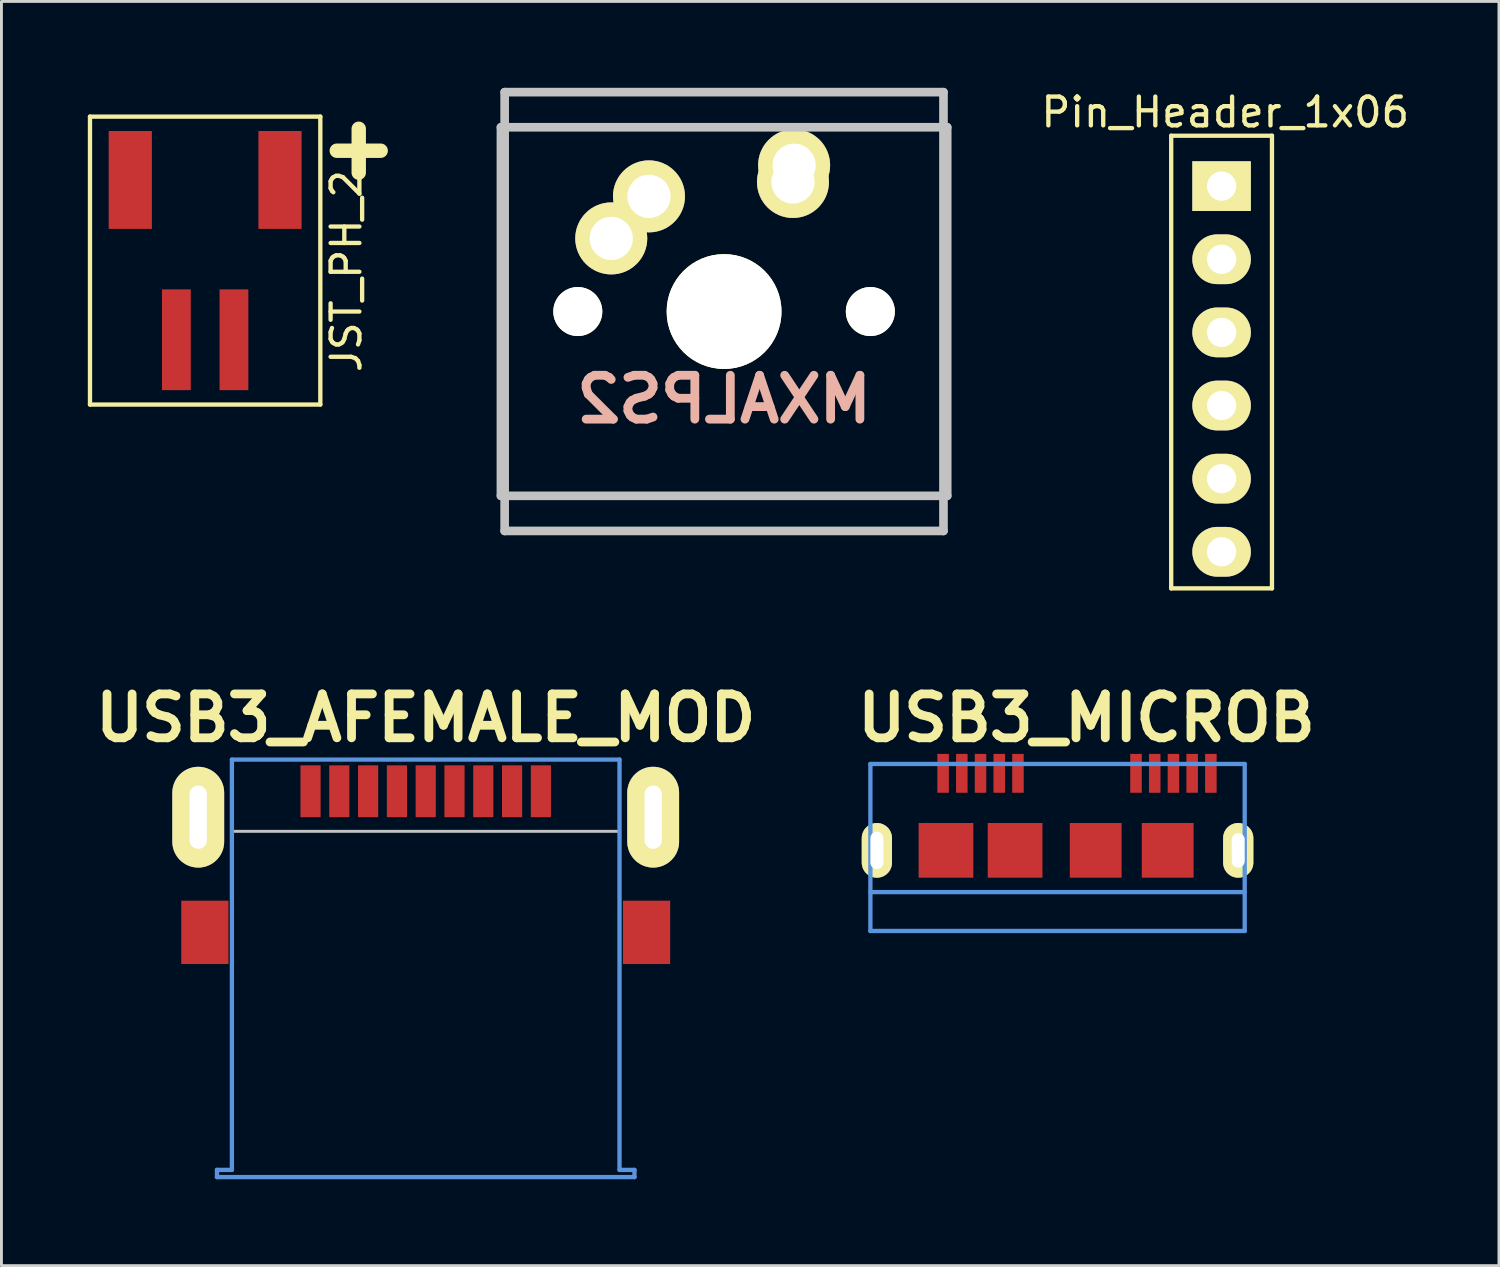
<source format=kicad_pcb>
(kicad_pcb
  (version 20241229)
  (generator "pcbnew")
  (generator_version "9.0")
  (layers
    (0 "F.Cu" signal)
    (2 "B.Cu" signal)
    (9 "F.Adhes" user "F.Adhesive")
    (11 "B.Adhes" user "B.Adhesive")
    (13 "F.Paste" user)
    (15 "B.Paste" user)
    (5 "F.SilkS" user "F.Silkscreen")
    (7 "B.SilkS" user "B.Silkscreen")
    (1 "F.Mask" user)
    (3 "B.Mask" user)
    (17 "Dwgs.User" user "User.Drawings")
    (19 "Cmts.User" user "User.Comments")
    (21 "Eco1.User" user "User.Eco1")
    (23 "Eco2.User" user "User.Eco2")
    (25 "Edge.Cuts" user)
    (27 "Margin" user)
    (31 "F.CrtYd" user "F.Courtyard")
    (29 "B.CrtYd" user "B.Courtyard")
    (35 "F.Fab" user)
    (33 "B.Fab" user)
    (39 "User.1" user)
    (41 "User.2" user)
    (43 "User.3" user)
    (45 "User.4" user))
  (footprint "JST_PH_2"
    (layer "F.Cu")
    (at 4.075 7)
    (property "Reference" "JST_PH_2" (at 4.902 -0.635 90) (layer "F.SilkS") (effects (font (size 1 1) (thickness 0.15))))
    (attr through_hole)
    (fp_line (start -4 -6) (end 4 -6) (stroke (width 0.15) (type solid)) (layer "F.SilkS"))
    (fp_line (start -4 4) (end -4 -6) (stroke (width 0.15) (type solid)) (layer "F.SilkS"))
    (fp_line (start 4 -6) (end 4 4) (stroke (width 0.15) (type solid)) (layer "F.SilkS"))
    (fp_line (start 4 4) (end -4 4) (stroke (width 0.15) (type solid)) (layer "F.SilkS"))
    (fp_text user "+" (at 5.334 -4.953 0) (layer "F.SilkS") (effects (font (size 2 2) (thickness 0.5))))
    (pad "1" smd rect (at -1 1.75) (size 1 3.5) (layers "F.Cu" "F.Mask" "F.Paste"))
    (pad "2" smd rect (at 1 1.75) (size 1 3.5) (layers "F.Cu" "F.Mask" "F.Paste"))
    (pad "~" smd rect (at -2.6 -3.8) (size 1.5 3.4) (layers "F.Cu" "F.Mask" "F.Paste"))
    (pad "~" smd rect (at 2.6 -3.8) (size 1.5 3.4) (layers "F.Cu" "F.Mask" "F.Paste")))
  (footprint "USB3_MICROB"
    (layer "F.Cu")
    (at 34.354 26.483)
    (property "Reference" "USB3_MICROB" (at 0.33 -4.597 0) (layer "F.SilkS") (effects (font (size 1.524 1.524) (thickness 0.305))))
    (attr smd)
    (fp_line (start -7.175 1.45) (end 5.825 1.45) (stroke (width 0.15) (type solid)) (layer "Cmts.User"))
    (fp_line (start -7.175 2.8) (end -7.175 -3) (stroke (width 0.15) (type solid)) (layer "Cmts.User"))
    (fp_line (start -7.175 2.8) (end 5.825 2.8) (stroke (width 0.15) (type solid)) (layer "Cmts.User"))
    (fp_line (start 5.825 -3) (end -7.175 -3) (stroke (width 0.15) (type solid)) (layer "Cmts.User"))
    (fp_line (start 5.825 -3) (end 5.825 2.8) (stroke (width 0.15) (type solid)) (layer "Cmts.User"))
    (pad "1" smd rect (at -4.65 -2.675) (size 0.4 1.35) (layers "F.Cu" "F.Mask" "F.Paste"))
    (pad "2" smd rect (at -4 -2.675) (size 0.4 1.35) (layers "F.Cu" "F.Mask" "F.Paste"))
    (pad "3" smd rect (at -3.35 -2.675) (size 0.4 1.35) (layers "F.Cu" "F.Mask" "F.Paste"))
    (pad "4" smd rect (at -2.7 -2.675) (size 0.4 1.35) (layers "F.Cu" "F.Mask" "F.Paste"))
    (pad "5" smd rect (at -2.05 -2.675) (size 0.4 1.35) (layers "F.Cu" "F.Mask" "F.Paste"))
    (pad "6" smd rect (at 2.05 -2.675) (size 0.4 1.35) (layers "F.Cu" "F.Mask" "F.Paste"))
    (pad "7" smd rect (at 2.7 -2.675) (size 0.4 1.35) (layers "F.Cu" "F.Mask" "F.Paste"))
    (pad "8" smd rect (at 3.35 -2.675) (size 0.4 1.35) (layers "F.Cu" "F.Mask" "F.Paste"))
    (pad "9" smd rect (at 4 -2.675) (size 0.4 1.35) (layers "F.Cu" "F.Mask" "F.Paste"))
    (pad "10" smd rect (at 4.65 -2.675) (size 0.4 1.35) (layers "F.Cu" "F.Mask" "F.Paste"))
    (pad "11" thru_hole oval (at -6.95 0) (size 1.05 1.9) (drill oval 0.45 1.3) (layers "*.Cu" "*.Mask" "F.SilkS" "F.Paste"))
    (pad "11" smd rect (at -4.55 0) (size 1.9 1.9) (layers "F.Cu" "F.Mask" "F.Paste"))
    (pad "11" smd rect (at -2.15 0) (size 1.9 1.9) (layers "F.Cu" "F.Mask" "F.Paste"))
    (pad "11" smd rect (at 0.65 0) (size 1.8 1.9) (layers "F.Cu" "F.Mask" "F.Paste"))
    (pad "11" smd rect (at 3.15 0) (size 1.8 1.9) (layers "F.Cu" "F.Mask" "F.Paste"))
    (pad "11" thru_hole oval (at 5.6 0) (size 1.05 1.9) (drill oval 0.45 1.2) (layers "*.Cu" "*.Mask" "F.SilkS" "F.Paste")))
  (footprint "USB3_AFEMALE_MOD"
    (layer "F.Cu")
    (at 11.735 34.331)
    (property "Reference" "USB3_AFEMALE_MOD" (at 0 -12.446 0) (layer "F.SilkS") (effects (font (size 1.524 1.524) (thickness 0.305))))
    (attr smd)
    (fp_line (start -6.731 -8.509) (end -6.731 0) (stroke (width 0.102) (type solid)) (layer "Dwgs.User"))
    (fp_line (start 6.731 -8.509) (end -6.731 -8.509) (stroke (width 0.102) (type solid)) (layer "Dwgs.User"))
    (fp_line (start 6.731 0) (end 6.731 -8.509) (stroke (width 0.102) (type solid)) (layer "Dwgs.User"))
    (fp_line (start -7.25 3.5) (end -7.25 3.25) (stroke (width 0.15) (type solid)) (layer "Cmts.User"))
    (fp_line (start -7.25 3.5) (end 7.25 3.5) (stroke (width 0.15) (type solid)) (layer "Cmts.User"))
    (fp_line (start -6.731 -11) (end -6.731 3.25) (stroke (width 0.15) (type solid)) (layer "Cmts.User"))
    (fp_line (start -6.731 -11) (end 6.731 -11) (stroke (width 0.15) (type solid)) (layer "Cmts.User"))
    (fp_line (start -6.731 3.25) (end -7.25 3.25) (stroke (width 0.15) (type solid)) (layer "Cmts.User"))
    (fp_line (start 6.731 -11) (end 6.731 3.25) (stroke (width 0.15) (type solid)) (layer "Cmts.User"))
    (fp_line (start 6.731 3.25) (end 7.25 3.25) (stroke (width 0.15) (type solid)) (layer "Cmts.User"))
    (fp_line (start 7.25 3.25) (end 7.25 3.5) (stroke (width 0.15) (type solid)) (layer "Cmts.User"))
    (pad "1" smd rect (at -3 -9.9) (size 0.7 1.8) (layers "F.Cu" "F.Mask" "F.Paste"))
    (pad "2" smd rect (at -1 -9.9) (size 0.7 1.8) (layers "F.Cu" "F.Mask" "F.Paste"))
    (pad "3" smd rect (at 1 -9.9) (size 0.7 1.8) (layers "F.Cu" "F.Mask" "F.Paste"))
    (pad "4" smd rect (at 3 -9.9) (size 0.7 1.8) (layers "F.Cu" "F.Mask" "F.Paste"))
    (pad "5" smd rect (at 4 -9.9) (size 0.7 1.8) (layers "F.Cu" "F.Mask" "F.Paste"))
    (pad "6" smd rect (at 2 -9.9) (size 0.7 1.8) (layers "F.Cu" "F.Mask" "F.Paste"))
    (pad "7" smd rect (at 0 -9.9) (size 0.7 1.8) (layers "F.Cu" "F.Mask" "F.Paste"))
    (pad "8" smd rect (at -2 -9.9) (size 0.7 1.8) (layers "F.Cu" "F.Mask" "F.Paste"))
    (pad "9" smd rect (at -4 -9.9) (size 0.7 1.8) (layers "F.Cu" "F.Mask" "F.Paste"))
    (pad "10" thru_hole oval (at -7.9 -9) (size 1.8 3.5) (drill oval 0.6 2.2) (layers "*.Cu" "*.Mask" "F.SilkS" "F.Paste"))
    (pad "10" smd rect (at -7.67 -5) (size 1.64 2.2) (layers "F.Cu" "F.Mask" "F.Paste"))
    (pad "10" smd rect (at 7.67 -5) (size 1.64 2.2) (layers "F.Cu" "F.Mask" "F.Paste"))
    (pad "10" thru_hole oval (at 7.9 -9) (size 1.8 3.5) (drill oval 0.6 2.2) (layers "*.Cu" "*.Mask" "F.SilkS" "F.Paste")))
  (footprint "Pin_Header_1x06"
    (layer "F.Cu")
    (at 39.376 3.414)
    (property "Reference" "Pin_Header_1x06" (at 0.127 -2.565 0) (layer "F.SilkS") (effects (font (size 1 1) (thickness 0.15))))
    (attr through_hole)
    (fp_line (start -1.75 -1.75) (end -1.75 13.97) (stroke (width 0.15) (type solid)) (layer "F.SilkS"))
    (fp_line (start -1.75 -1.75) (end 1.75 -1.75) (stroke (width 0.15) (type solid)) (layer "F.SilkS"))
    (fp_line (start -1.75 13.97) (end 1.75 13.97) (stroke (width 0.15) (type solid)) (layer "F.SilkS"))
    (fp_line (start 1.75 -1.75) (end 1.75 13.97) (stroke (width 0.15) (type solid)) (layer "F.SilkS"))
    (pad "1" thru_hole rect (at 0 0) (size 2.032 1.727) (drill 1.016) (layers "*.Cu" "*.Mask" "F.SilkS"))
    (pad "2" thru_hole oval (at 0 2.54) (size 2.032 1.727) (drill 1.016) (layers "*.Cu" "*.Mask" "F.SilkS"))
    (pad "3" thru_hole oval (at 0 5.08) (size 2.032 1.727) (drill 1.016) (layers "*.Cu" "*.Mask" "F.SilkS"))
    (pad "4" thru_hole oval (at 0 7.62) (size 2.032 1.727) (drill 1.016) (layers "*.Cu" "*.Mask" "F.SilkS"))
    (pad "5" thru_hole oval (at 0 10.16) (size 2.032 1.727) (drill 1.016) (layers "*.Cu" "*.Mask" "F.SilkS"))
    (pad "6" thru_hole oval (at 0 12.7) (size 2.032 1.727) (drill 1.016) (layers "*.Cu" "*.Mask" "F.SilkS")))
  (footprint "MXALPS2"
    (layer "F.Cu")
    (at 22.097 7.77)
    (property "Reference" "MXALPS2" (at 0 3.048 0) (layer "B.SilkS") (effects (font (size 1.524 1.524) (thickness 0.305)) (justify mirror)))
    (attr through_hole)
    (fp_line (start -7.75 6.4) (end -7.75 -6.4) (stroke (width 0.3) (type solid)) (layer "Dwgs.User"))
    (fp_line (start -7.75 6.4) (end 7.75 6.4) (stroke (width 0.3) (type solid)) (layer "Dwgs.User"))
    (fp_line (start -7.62 -7.62) (end 7.62 -7.62) (stroke (width 0.3) (type solid)) (layer "Dwgs.User"))
    (fp_line (start -7.62 7.62) (end -7.62 -7.62) (stroke (width 0.3) (type solid)) (layer "Dwgs.User"))
    (fp_line (start 7.62 -7.62) (end 7.62 7.62) (stroke (width 0.3) (type solid)) (layer "Dwgs.User"))
    (fp_line (start 7.62 7.62) (end -7.62 7.62) (stroke (width 0.3) (type solid)) (layer "Dwgs.User"))
    (fp_line (start 7.75 -6.4) (end -7.75 -6.4) (stroke (width 0.3) (type solid)) (layer "Dwgs.User"))
    (fp_line (start 7.75 6.4) (end 7.75 -6.4) (stroke (width 0.3) (type solid)) (layer "Dwgs.User"))
    (pad "" np_thru_hole circle (at -5.08 0) (size 1.702 1.702) (drill 1.702) (layers "*.Cu" "*.Mask" "F.SilkS"))
    (pad "" np_thru_hole circle (at 0 0) (size 3.988 3.988) (drill 3.988) (layers "*.Cu" "*.Mask" "F.SilkS"))
    (pad "" np_thru_hole circle (at 5.08 0) (size 1.702 1.702) (drill 1.702) (layers "*.Cu" "*.Mask" "F.SilkS"))
    (pad "1" thru_hole circle (at -3.918 -2.54) (size 2.5 2.5) (drill 1.5) (layers "*.Cu" "*.Mask" "F.SilkS"))
    (pad "1" thru_hole circle (at -2.608 -4) (size 2.5 2.5) (drill 1.5) (layers "*.Cu" "*.Mask" "F.SilkS"))
    (pad "2" thru_hole circle (at 2.393 -4.5) (size 2.5 2.5) (drill 1.5) (layers "*.Cu" "*.Mask" "F.SilkS"))
    (pad "2" thru_hole circle (at 2.433 -5.08) (size 2.5 2.5) (drill 1.5) (layers "*.Cu" "*.Mask" "F.SilkS")))
  (gr_rect
    (start -3 -3)
    (end 49.009 40.906)
    (stroke (width 0.1) (type default))
    (fill no)
    (layer "Edge.Cuts")))
</source>
